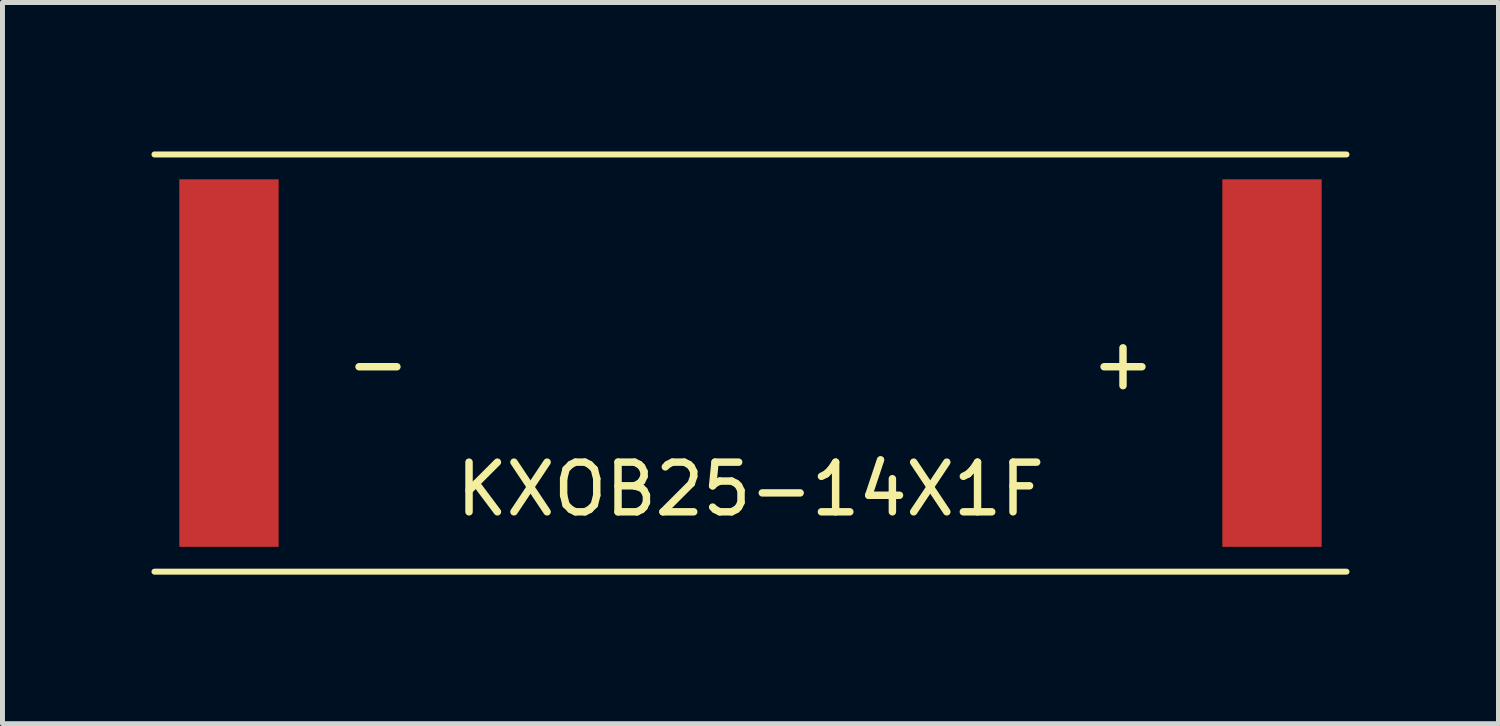
<source format=kicad_pcb>
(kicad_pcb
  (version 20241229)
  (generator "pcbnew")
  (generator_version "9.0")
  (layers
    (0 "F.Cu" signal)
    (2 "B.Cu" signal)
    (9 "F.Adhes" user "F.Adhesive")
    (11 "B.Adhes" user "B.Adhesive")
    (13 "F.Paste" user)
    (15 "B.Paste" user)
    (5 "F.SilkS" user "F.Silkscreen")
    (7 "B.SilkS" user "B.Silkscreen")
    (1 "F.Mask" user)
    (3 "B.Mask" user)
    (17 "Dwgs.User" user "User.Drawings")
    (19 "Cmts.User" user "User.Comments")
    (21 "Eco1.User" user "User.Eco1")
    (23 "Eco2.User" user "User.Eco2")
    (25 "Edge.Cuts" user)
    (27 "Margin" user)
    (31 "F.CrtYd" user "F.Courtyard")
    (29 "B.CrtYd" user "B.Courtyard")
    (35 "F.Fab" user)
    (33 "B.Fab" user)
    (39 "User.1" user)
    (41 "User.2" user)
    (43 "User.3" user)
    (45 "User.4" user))
  (footprint "KXOB25-14X1F"
    (layer "F.Cu")
    (at 12.06 4.26)
    (property "Reference" "KXOB25-14X1F" (at 0 2.54 0) (layer "F.SilkS") (effects (font (size 1 1) (thickness 0.15))))
    (attr through_hole)
    (fp_line (start -12 -4.2) (end 12 -4.2) (stroke (width 0.12) (type solid)) (layer "F.SilkS"))
    (fp_line (start -12 4.2) (end 12 4.2) (stroke (width 0.12) (type solid)) (layer "F.SilkS"))
    (fp_text user "+" (at 7.5 0 0) (layer "F.SilkS") (effects (font (size 1 1) (thickness 0.15))))
    (fp_text user "-" (at -7.5 0 0) (layer "F.SilkS") (effects (font (size 1 1) (thickness 0.15))))
    (pad "1" smd rect (at 10.5 0) (size 2 7.4) (layers "F.Cu" "F.Mask" "F.Paste"))
    (pad "2" smd rect (at -10.5 0) (size 2 7.4) (layers "F.Cu" "F.Mask" "F.Paste")))
  (gr_rect
    (start -3 -3)
    (end 27.12 11.52)
    (stroke (width 0.1) (type default))
    (fill no)
    (layer "Edge.Cuts")))
</source>
